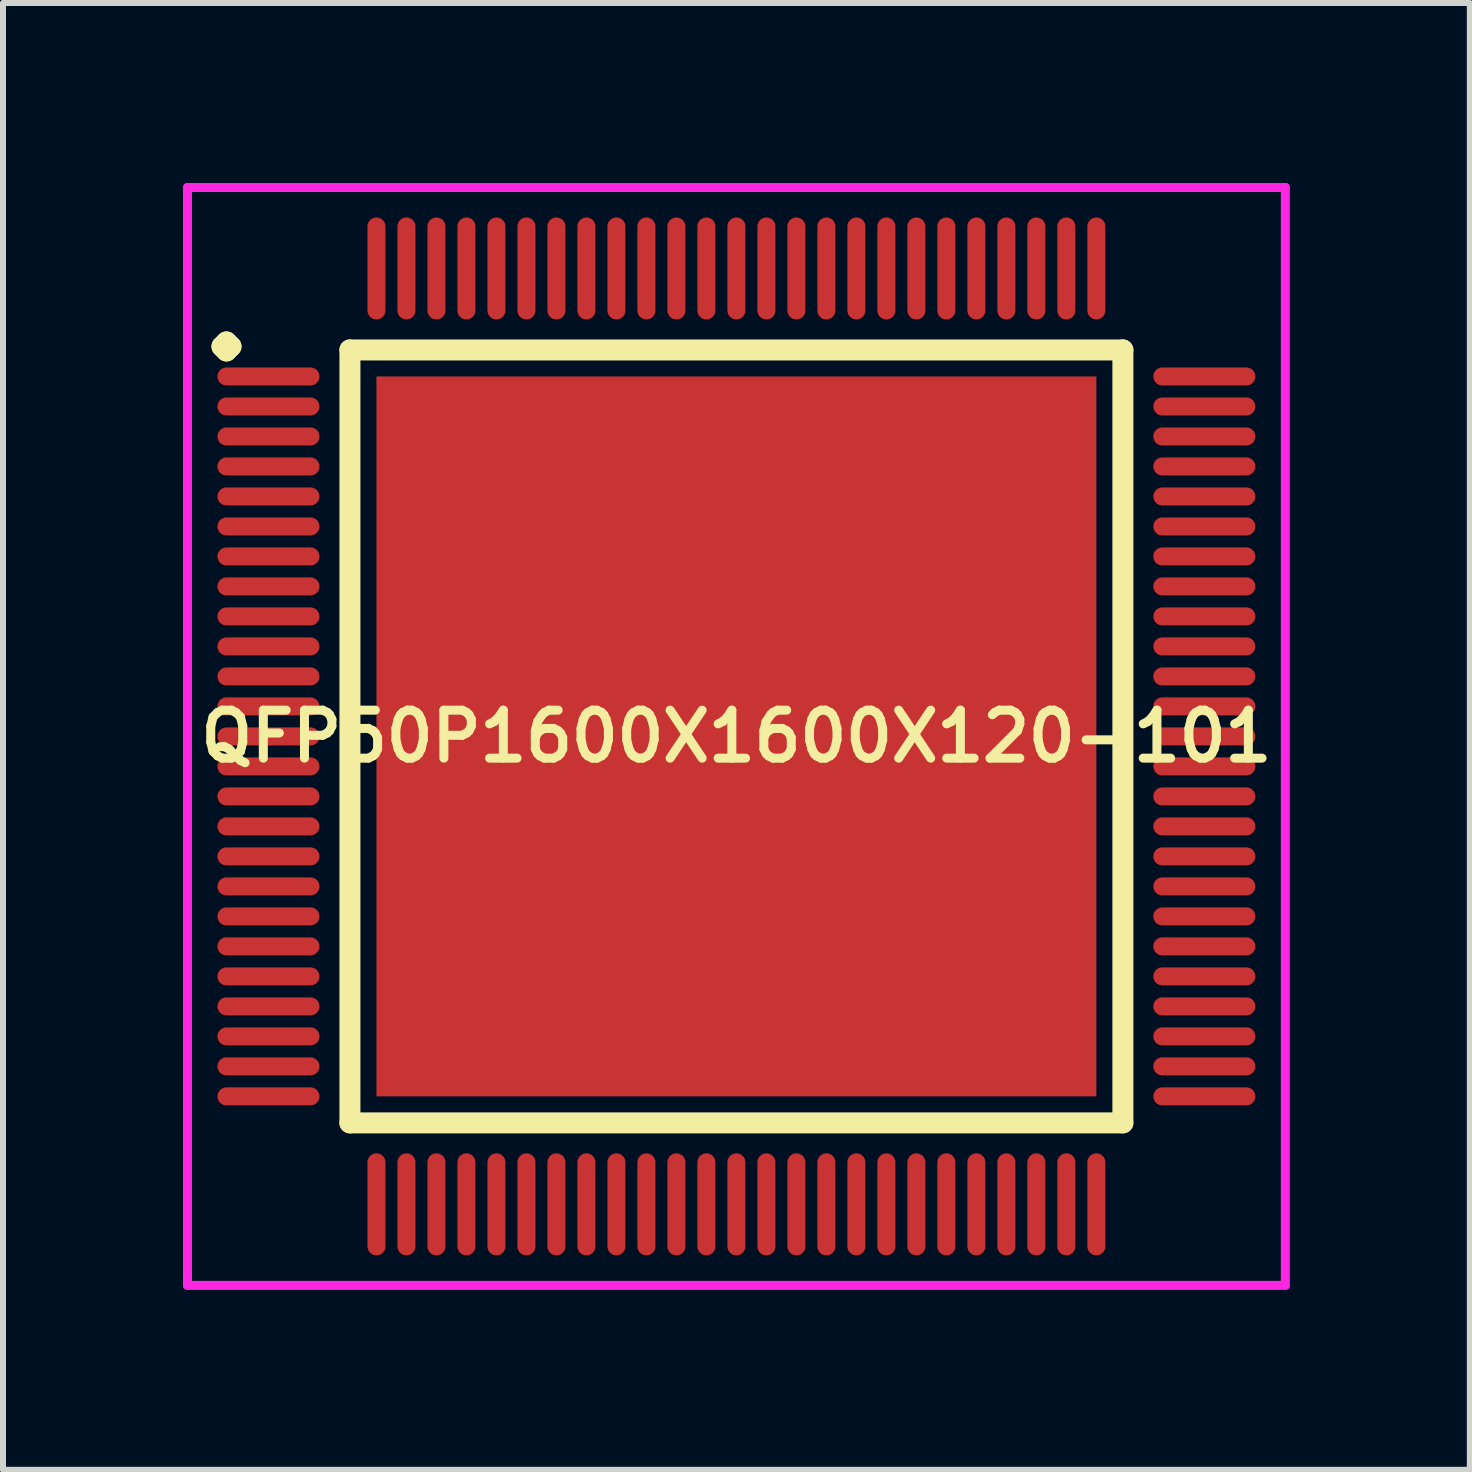
<source format=kicad_pcb>
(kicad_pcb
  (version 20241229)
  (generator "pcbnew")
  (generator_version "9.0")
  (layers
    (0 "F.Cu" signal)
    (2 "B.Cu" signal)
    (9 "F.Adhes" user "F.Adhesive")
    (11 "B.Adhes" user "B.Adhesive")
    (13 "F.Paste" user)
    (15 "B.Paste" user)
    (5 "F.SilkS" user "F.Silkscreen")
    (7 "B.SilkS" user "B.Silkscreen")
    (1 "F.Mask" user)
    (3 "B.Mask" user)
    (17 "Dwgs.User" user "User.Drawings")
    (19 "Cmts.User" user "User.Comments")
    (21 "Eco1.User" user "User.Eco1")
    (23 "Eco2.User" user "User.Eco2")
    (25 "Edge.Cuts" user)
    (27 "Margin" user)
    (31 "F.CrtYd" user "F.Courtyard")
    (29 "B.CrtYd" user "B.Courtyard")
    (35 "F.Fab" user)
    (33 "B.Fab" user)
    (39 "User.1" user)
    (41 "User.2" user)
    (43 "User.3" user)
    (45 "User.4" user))
  (footprint "QFP50P1600X1600X120-101"
    (layer "F.Cu")
    (at 9.225 9.225)
    (property "Reference" "QFP50P1600X1600X120-101" (at 0 0 0) (layer "F.SilkS") (effects (font (size 0.8 0.8) (thickness 0.15))))
    (attr smd)
    (fp_line (start -8.575 -6.5) (end -8.5 -6.575) (stroke (width 0.35) (type solid)) (layer "F.SilkS"))
    (fp_line (start -8.5 -6.575) (end -8.425 -6.5) (stroke (width 0.35) (type solid)) (layer "F.SilkS"))
    (fp_line (start -8.5 -6.425) (end -8.575 -6.5) (stroke (width 0.35) (type solid)) (layer "F.SilkS"))
    (fp_line (start -8.425 -6.5) (end -8.5 -6.425) (stroke (width 0.35) (type solid)) (layer "F.SilkS"))
    (fp_line (start -6.442 -6.442) (end -6.442 6.442) (stroke (width 0.35) (type solid)) (layer "F.SilkS"))
    (fp_line (start -6.442 6.442) (end 6.442 6.442) (stroke (width 0.35) (type solid)) (layer "F.SilkS"))
    (fp_line (start 6.442 -6.442) (end -6.442 -6.442) (stroke (width 0.35) (type solid)) (layer "F.SilkS"))
    (fp_line (start 6.442 6.442) (end 6.442 -6.442) (stroke (width 0.35) (type solid)) (layer "F.SilkS"))
    (fp_line (start -9.15 -9.15) (end 9.15 -9.15) (stroke (width 0.15) (type solid)) (layer "F.CrtYd"))
    (fp_line (start -9.15 9.15) (end -9.15 -9.15) (stroke (width 0.15) (type solid)) (layer "F.CrtYd"))
    (fp_line (start 9.15 -9.15) (end 9.15 9.15) (stroke (width 0.15) (type solid)) (layer "F.CrtYd"))
    (fp_line (start 9.15 9.15) (end -9.15 9.15) (stroke (width 0.15) (type solid)) (layer "F.CrtYd"))
    (pad "1" smd oval (at -7.8 -6) (size 1.7 0.3) (layers "F.Cu" "F.Mask" "F.Paste"))
    (pad "2" smd oval (at -7.8 -5.5) (size 1.7 0.3) (layers "F.Cu" "F.Mask" "F.Paste"))
    (pad "3" smd oval (at -7.8 -5) (size 1.7 0.3) (layers "F.Cu" "F.Mask" "F.Paste"))
    (pad "4" smd oval (at -7.8 -4.5) (size 1.7 0.3) (layers "F.Cu" "F.Mask" "F.Paste"))
    (pad "5" smd oval (at -7.8 -4) (size 1.7 0.3) (layers "F.Cu" "F.Mask" "F.Paste"))
    (pad "6" smd oval (at -7.8 -3.5) (size 1.7 0.3) (layers "F.Cu" "F.Mask" "F.Paste"))
    (pad "7" smd oval (at -7.8 -3) (size 1.7 0.3) (layers "F.Cu" "F.Mask" "F.Paste"))
    (pad "8" smd oval (at -7.8 -2.5) (size 1.7 0.3) (layers "F.Cu" "F.Mask" "F.Paste"))
    (pad "9" smd oval (at -7.8 -2) (size 1.7 0.3) (layers "F.Cu" "F.Mask" "F.Paste"))
    (pad "10" smd oval (at -7.8 -1.5) (size 1.7 0.3) (layers "F.Cu" "F.Mask" "F.Paste"))
    (pad "11" smd oval (at -7.8 -1) (size 1.7 0.3) (layers "F.Cu" "F.Mask" "F.Paste"))
    (pad "12" smd oval (at -7.8 -0.5) (size 1.7 0.3) (layers "F.Cu" "F.Mask" "F.Paste"))
    (pad "13" smd oval (at -7.8 0) (size 1.7 0.3) (layers "F.Cu" "F.Mask" "F.Paste"))
    (pad "14" smd oval (at -7.8 0.5) (size 1.7 0.3) (layers "F.Cu" "F.Mask" "F.Paste"))
    (pad "15" smd oval (at -7.8 1) (size 1.7 0.3) (layers "F.Cu" "F.Mask" "F.Paste"))
    (pad "16" smd oval (at -7.8 1.5) (size 1.7 0.3) (layers "F.Cu" "F.Mask" "F.Paste"))
    (pad "17" smd oval (at -7.8 2) (size 1.7 0.3) (layers "F.Cu" "F.Mask" "F.Paste"))
    (pad "18" smd oval (at -7.8 2.5) (size 1.7 0.3) (layers "F.Cu" "F.Mask" "F.Paste"))
    (pad "19" smd oval (at -7.8 3) (size 1.7 0.3) (layers "F.Cu" "F.Mask" "F.Paste"))
    (pad "20" smd oval (at -7.8 3.5) (size 1.7 0.3) (layers "F.Cu" "F.Mask" "F.Paste"))
    (pad "21" smd oval (at -7.8 4) (size 1.7 0.3) (layers "F.Cu" "F.Mask" "F.Paste"))
    (pad "22" smd oval (at -7.8 4.5) (size 1.7 0.3) (layers "F.Cu" "F.Mask" "F.Paste"))
    (pad "23" smd oval (at -7.8 5) (size 1.7 0.3) (layers "F.Cu" "F.Mask" "F.Paste"))
    (pad "24" smd oval (at -7.8 5.5) (size 1.7 0.3) (layers "F.Cu" "F.Mask" "F.Paste"))
    (pad "25" smd oval (at -7.8 6) (size 1.7 0.3) (layers "F.Cu" "F.Mask" "F.Paste"))
    (pad "26" smd oval (at -6 7.8) (size 0.3 1.7) (layers "F.Cu" "F.Mask" "F.Paste"))
    (pad "27" smd oval (at -5.5 7.8) (size 0.3 1.7) (layers "F.Cu" "F.Mask" "F.Paste"))
    (pad "28" smd oval (at -5 7.8) (size 0.3 1.7) (layers "F.Cu" "F.Mask" "F.Paste"))
    (pad "29" smd oval (at -4.5 7.8) (size 0.3 1.7) (layers "F.Cu" "F.Mask" "F.Paste"))
    (pad "30" smd oval (at -4 7.8) (size 0.3 1.7) (layers "F.Cu" "F.Mask" "F.Paste"))
    (pad "31" smd oval (at -3.5 7.8) (size 0.3 1.7) (layers "F.Cu" "F.Mask" "F.Paste"))
    (pad "32" smd oval (at -3 7.8) (size 0.3 1.7) (layers "F.Cu" "F.Mask" "F.Paste"))
    (pad "33" smd oval (at -2.5 7.8) (size 0.3 1.7) (layers "F.Cu" "F.Mask" "F.Paste"))
    (pad "34" smd oval (at -2 7.8) (size 0.3 1.7) (layers "F.Cu" "F.Mask" "F.Paste"))
    (pad "35" smd oval (at -1.5 7.8) (size 0.3 1.7) (layers "F.Cu" "F.Mask" "F.Paste"))
    (pad "36" smd oval (at -1 7.8) (size 0.3 1.7) (layers "F.Cu" "F.Mask" "F.Paste"))
    (pad "37" smd oval (at -0.5 7.8) (size 0.3 1.7) (layers "F.Cu" "F.Mask" "F.Paste"))
    (pad "38" smd oval (at 0 7.8) (size 0.3 1.7) (layers "F.Cu" "F.Mask" "F.Paste"))
    (pad "39" smd oval (at 0.5 7.8) (size 0.3 1.7) (layers "F.Cu" "F.Mask" "F.Paste"))
    (pad "40" smd oval (at 1 7.8) (size 0.3 1.7) (layers "F.Cu" "F.Mask" "F.Paste"))
    (pad "41" smd oval (at 1.5 7.8) (size 0.3 1.7) (layers "F.Cu" "F.Mask" "F.Paste"))
    (pad "42" smd oval (at 2 7.8) (size 0.3 1.7) (layers "F.Cu" "F.Mask" "F.Paste"))
    (pad "43" smd oval (at 2.5 7.8) (size 0.3 1.7) (layers "F.Cu" "F.Mask" "F.Paste"))
    (pad "44" smd oval (at 3 7.8) (size 0.3 1.7) (layers "F.Cu" "F.Mask" "F.Paste"))
    (pad "45" smd oval (at 3.5 7.8) (size 0.3 1.7) (layers "F.Cu" "F.Mask" "F.Paste"))
    (pad "46" smd oval (at 4 7.8) (size 0.3 1.7) (layers "F.Cu" "F.Mask" "F.Paste"))
    (pad "47" smd oval (at 4.5 7.8) (size 0.3 1.7) (layers "F.Cu" "F.Mask" "F.Paste"))
    (pad "48" smd oval (at 5 7.8) (size 0.3 1.7) (layers "F.Cu" "F.Mask" "F.Paste"))
    (pad "49" smd oval (at 5.5 7.8) (size 0.3 1.7) (layers "F.Cu" "F.Mask" "F.Paste"))
    (pad "50" smd oval (at 6 7.8) (size 0.3 1.7) (layers "F.Cu" "F.Mask" "F.Paste"))
    (pad "51" smd oval (at 7.8 6) (size 1.7 0.3) (layers "F.Cu" "F.Mask" "F.Paste"))
    (pad "52" smd oval (at 7.8 5.5) (size 1.7 0.3) (layers "F.Cu" "F.Mask" "F.Paste"))
    (pad "53" smd oval (at 7.8 5) (size 1.7 0.3) (layers "F.Cu" "F.Mask" "F.Paste"))
    (pad "54" smd oval (at 7.8 4.5) (size 1.7 0.3) (layers "F.Cu" "F.Mask" "F.Paste"))
    (pad "55" smd oval (at 7.8 4) (size 1.7 0.3) (layers "F.Cu" "F.Mask" "F.Paste"))
    (pad "56" smd oval (at 7.8 3.5) (size 1.7 0.3) (layers "F.Cu" "F.Mask" "F.Paste"))
    (pad "57" smd oval (at 7.8 3) (size 1.7 0.3) (layers "F.Cu" "F.Mask" "F.Paste"))
    (pad "58" smd oval (at 7.8 2.5) (size 1.7 0.3) (layers "F.Cu" "F.Mask" "F.Paste"))
    (pad "59" smd oval (at 7.8 2) (size 1.7 0.3) (layers "F.Cu" "F.Mask" "F.Paste"))
    (pad "60" smd oval (at 7.8 1.5) (size 1.7 0.3) (layers "F.Cu" "F.Mask" "F.Paste"))
    (pad "61" smd oval (at 7.8 1) (size 1.7 0.3) (layers "F.Cu" "F.Mask" "F.Paste"))
    (pad "62" smd oval (at 7.8 0.5) (size 1.7 0.3) (layers "F.Cu" "F.Mask" "F.Paste"))
    (pad "63" smd oval (at 7.8 0) (size 1.7 0.3) (layers "F.Cu" "F.Mask" "F.Paste"))
    (pad "64" smd oval (at 7.8 -0.5) (size 1.7 0.3) (layers "F.Cu" "F.Mask" "F.Paste"))
    (pad "65" smd oval (at 7.8 -1) (size 1.7 0.3) (layers "F.Cu" "F.Mask" "F.Paste"))
    (pad "66" smd oval (at 7.8 -1.5) (size 1.7 0.3) (layers "F.Cu" "F.Mask" "F.Paste"))
    (pad "67" smd oval (at 7.8 -2) (size 1.7 0.3) (layers "F.Cu" "F.Mask" "F.Paste"))
    (pad "68" smd oval (at 7.8 -2.5) (size 1.7 0.3) (layers "F.Cu" "F.Mask" "F.Paste"))
    (pad "69" smd oval (at 7.8 -3) (size 1.7 0.3) (layers "F.Cu" "F.Mask" "F.Paste"))
    (pad "70" smd oval (at 7.8 -3.5) (size 1.7 0.3) (layers "F.Cu" "F.Mask" "F.Paste"))
    (pad "71" smd oval (at 7.8 -4) (size 1.7 0.3) (layers "F.Cu" "F.Mask" "F.Paste"))
    (pad "72" smd oval (at 7.8 -4.5) (size 1.7 0.3) (layers "F.Cu" "F.Mask" "F.Paste"))
    (pad "73" smd oval (at 7.8 -5) (size 1.7 0.3) (layers "F.Cu" "F.Mask" "F.Paste"))
    (pad "74" smd oval (at 7.8 -5.5) (size 1.7 0.3) (layers "F.Cu" "F.Mask" "F.Paste"))
    (pad "75" smd oval (at 7.8 -6) (size 1.7 0.3) (layers "F.Cu" "F.Mask" "F.Paste"))
    (pad "76" smd oval (at 6 -7.8) (size 0.3 1.7) (layers "F.Cu" "F.Mask" "F.Paste"))
    (pad "77" smd oval (at 5.5 -7.8) (size 0.3 1.7) (layers "F.Cu" "F.Mask" "F.Paste"))
    (pad "78" smd oval (at 5 -7.8) (size 0.3 1.7) (layers "F.Cu" "F.Mask" "F.Paste"))
    (pad "79" smd oval (at 4.5 -7.8) (size 0.3 1.7) (layers "F.Cu" "F.Mask" "F.Paste"))
    (pad "80" smd oval (at 4 -7.8) (size 0.3 1.7) (layers "F.Cu" "F.Mask" "F.Paste"))
    (pad "81" smd oval (at 3.5 -7.8) (size 0.3 1.7) (layers "F.Cu" "F.Mask" "F.Paste"))
    (pad "82" smd oval (at 3 -7.8) (size 0.3 1.7) (layers "F.Cu" "F.Mask" "F.Paste"))
    (pad "83" smd oval (at 2.5 -7.8) (size 0.3 1.7) (layers "F.Cu" "F.Mask" "F.Paste"))
    (pad "84" smd oval (at 2 -7.8) (size 0.3 1.7) (layers "F.Cu" "F.Mask" "F.Paste"))
    (pad "85" smd oval (at 1.5 -7.8) (size 0.3 1.7) (layers "F.Cu" "F.Mask" "F.Paste"))
    (pad "86" smd oval (at 1 -7.8) (size 0.3 1.7) (layers "F.Cu" "F.Mask" "F.Paste"))
    (pad "87" smd oval (at 0.5 -7.8) (size 0.3 1.7) (layers "F.Cu" "F.Mask" "F.Paste"))
    (pad "88" smd oval (at 0 -7.8) (size 0.3 1.7) (layers "F.Cu" "F.Mask" "F.Paste"))
    (pad "89" smd oval (at -0.5 -7.8) (size 0.3 1.7) (layers "F.Cu" "F.Mask" "F.Paste"))
    (pad "90" smd oval (at -1 -7.8) (size 0.3 1.7) (layers "F.Cu" "F.Mask" "F.Paste"))
    (pad "91" smd oval (at -1.5 -7.8) (size 0.3 1.7) (layers "F.Cu" "F.Mask" "F.Paste"))
    (pad "92" smd oval (at -2 -7.8) (size 0.3 1.7) (layers "F.Cu" "F.Mask" "F.Paste"))
    (pad "93" smd oval (at -2.5 -7.8) (size 0.3 1.7) (layers "F.Cu" "F.Mask" "F.Paste"))
    (pad "94" smd oval (at -3 -7.8) (size 0.3 1.7) (layers "F.Cu" "F.Mask" "F.Paste"))
    (pad "95" smd oval (at -3.5 -7.8) (size 0.3 1.7) (layers "F.Cu" "F.Mask" "F.Paste"))
    (pad "96" smd oval (at -4 -7.8) (size 0.3 1.7) (layers "F.Cu" "F.Mask" "F.Paste"))
    (pad "97" smd oval (at -4.5 -7.8) (size 0.3 1.7) (layers "F.Cu" "F.Mask" "F.Paste"))
    (pad "98" smd oval (at -5 -7.8) (size 0.3 1.7) (layers "F.Cu" "F.Mask" "F.Paste"))
    (pad "99" smd oval (at -5.5 -7.8) (size 0.3 1.7) (layers "F.Cu" "F.Mask" "F.Paste"))
    (pad "100" smd oval (at -6 -7.8) (size 0.3 1.7) (layers "F.Cu" "F.Mask" "F.Paste"))
    (pad "101" smd rect (at 0 0) (size 12 12) (layers "F.Cu" "F.Mask" "F.Paste")))
  (gr_rect
    (start -3 -3)
    (end 21.45 21.45)
    (stroke (width 0.1) (type default))
    (fill no)
    (layer "Edge.Cuts")))
</source>
